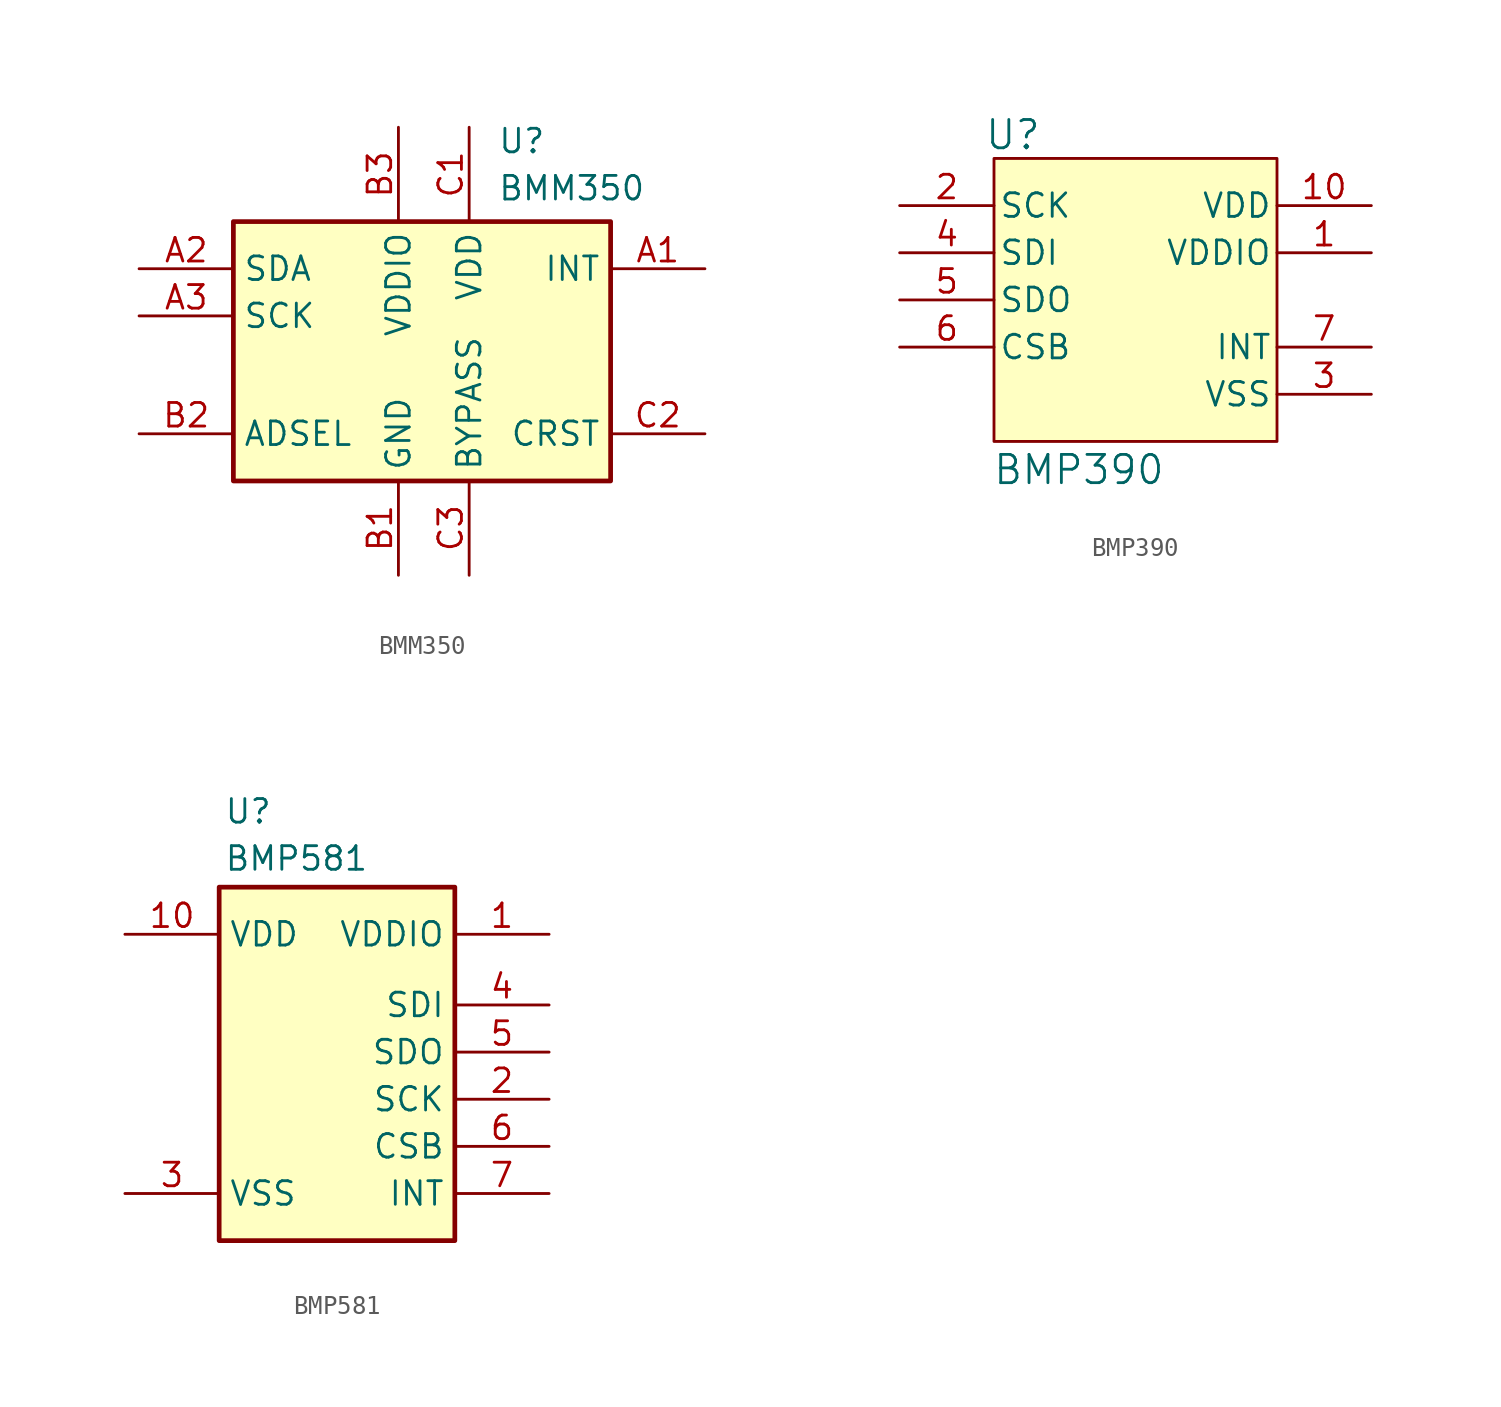
<source format=kicad_sym>
(kicad_symbol_lib
  (version 20231120)
  (generator "kicad_symbol_editor")
  (generator_version "8.0")
  (symbol "BMM350"
    (property "Reference" "U"
      (at 19.304 7.62 0)
      (effects (font (size 1.27 1.27)) (justify left top)))
    (property "Value" "BMM350"
      (at 19.304 5.08 0)
      (effects (font (size 1.27 1.27)) (justify left top)))
    (symbol "BMM350_1_1"
      (rectangle (start 5.08 2.54) (end 25.4 -11.43) (stroke (width 0.254) (type default)) (fill (type background)))
      (pin passive line (at 30.48 0 180) (length 5.08) (name "INT" (effects (font (size 1.27 1.27)))) (number "A1" (effects (font (size 1.27 1.27)))))
      (pin passive line (at 0 0 0) (length 5.08) (name "SDA" (effects (font (size 1.27 1.27)))) (number "A2" (effects (font (size 1.27 1.27)))))
      (pin passive line (at 0 -2.54 0) (length 5.08) (name "SCK" (effects (font (size 1.27 1.27)))) (number "A3" (effects (font (size 1.27 1.27)))))
      (pin passive line (at 13.97 -16.51 90) (length 5.08) (name "GND" (effects (font (size 1.27 1.27)))) (number "B1" (effects (font (size 1.27 1.27)))))
      (pin passive line (at 0 -8.89 0) (length 5.08) (name "ADSEL" (effects (font (size 1.27 1.27)))) (number "B2" (effects (font (size 1.27 1.27)))))
      (pin passive line (at 13.97 7.62 270) (length 5.08) (name "VDDIO" (effects (font (size 1.27 1.27)))) (number "B3" (effects (font (size 1.27 1.27)))))
      (pin passive line (at 17.78 7.62 270) (length 5.08) (name "VDD" (effects (font (size 1.27 1.27)))) (number "C1" (effects (font (size 1.27 1.27)))))
      (pin passive line (at 30.48 -8.89 180) (length 5.08) (name "CRST" (effects (font (size 1.27 1.27)))) (number "C2" (effects (font (size 1.27 1.27)))))
      (pin passive line (at 17.78 -16.51 90) (length 5.08) (name "BYPASS" (effects (font (size 1.27 1.27)))) (number "C3" (effects (font (size 1.27 1.27)))))))
  (symbol "BMP390"
    (pin_names
      (offset 0.254))
    (property "Reference" "U"
      (at -6.604 8.89 0)
      (effects (font (size 1.524 1.524))))
    (property "Value" "BMP390"
      (at -3.048 -9.144 0)
      (effects (font (size 1.524 1.524))))
    (symbol "BMP390_0_1"
      (pin power_in line (at 12.7 2.54 180) (length 5.08) (name "VDDIO" (effects (font (size 1.27 1.27)))) (number "1" (effects (font (size 1.27 1.27)))))
      (pin power_in line (at 12.7 5.08 180) (length 5.08) (name "VDD" (effects (font (size 1.27 1.27)))) (number "10" (effects (font (size 1.27 1.27)))))
      (pin input line (at -12.7 5.08 0) (length 5.08) (name "SCK" (effects (font (size 1.27 1.27)))) (number "2" (effects (font (size 1.27 1.27)))))
      (pin power_out line (at 12.7 -5.08 180) (length 5.08) (name "VSS" (effects (font (size 1.27 1.27)))) (number "3" (effects (font (size 1.27 1.27)))))
      (pin bidirectional line (at -12.7 2.54 0) (length 5.08) (name "SDI" (effects (font (size 1.27 1.27)))) (number "4" (effects (font (size 1.27 1.27)))))
      (pin bidirectional line (at -12.7 0 0) (length 5.08) (name "SDO" (effects (font (size 1.27 1.27)))) (number "5" (effects (font (size 1.27 1.27)))))
      (pin input line (at -12.7 -2.54 0) (length 5.08) (name "CSB" (effects (font (size 1.27 1.27)))) (number "6" (effects (font (size 1.27 1.27)))))
      (pin output line (at 12.7 -2.54 180) (length 5.08) (name "INT" (effects (font (size 1.27 1.27)))) (number "7" (effects (font (size 1.27 1.27)))))
      (pin power_out line (at 12.7 -5.08 180) (length 5.08) hide (name "VSS" (effects (font (size 1.27 1.27)))) (number "8" (effects (font (size 1.27 1.27)))))
      (pin power_out line (at 12.7 -5.08 180) (length 5.08) hide (name "VSS" (effects (font (size 1.27 1.27)))) (number "9" (effects (font (size 1.27 1.27))))))
    (symbol "BMP390_1_1"
      (rectangle (start -7.62 7.62) (end 7.62 -7.62) (stroke (width 0) (type default)) (fill (type background)))))
  (symbol "BMP581"
    (property "Reference" "U"
      (at 5.334 7.366 0)
      (effects (font (size 1.27 1.27)) (justify left top)))
    (property "Value" "BMP581"
      (at 5.334 4.826 0)
      (effects (font (size 1.27 1.27)) (justify left top)))
    (symbol "BMP581_1_1"
      (rectangle (start 5.08 2.54) (end 17.78 -16.51) (stroke (width 0.254) (type default)) (fill (type background)))
      (pin passive line (at 22.86 0 180) (length 5.08) (name "VDDIO" (effects (font (size 1.27 1.27)))) (number "1" (effects (font (size 1.27 1.27)))))
      (pin passive line (at 0 0 0) (length 5.08) (name "VDD" (effects (font (size 1.27 1.27)))) (number "10" (effects (font (size 1.27 1.27)))))
      (pin passive line (at 22.86 -8.89 180) (length 5.08) (name "SCK" (effects (font (size 1.27 1.27)))) (number "2" (effects (font (size 1.27 1.27)))))
      (pin passive line (at 0 -13.97 0) (length 5.08) (name "VSS" (effects (font (size 1.27 1.27)))) (number "3" (effects (font (size 1.27 1.27)))))
      (pin passive line (at 22.86 -3.81 180) (length 5.08) (name "SDI" (effects (font (size 1.27 1.27)))) (number "4" (effects (font (size 1.27 1.27)))))
      (pin passive line (at 22.86 -6.35 180) (length 5.08) (name "SDO" (effects (font (size 1.27 1.27)))) (number "5" (effects (font (size 1.27 1.27)))))
      (pin passive line (at 22.86 -11.43 180) (length 5.08) (name "CSB" (effects (font (size 1.27 1.27)))) (number "6" (effects (font (size 1.27 1.27)))))
      (pin passive line (at 22.86 -13.97 180) (length 5.08) (name "INT" (effects (font (size 1.27 1.27)))) (number "7" (effects (font (size 1.27 1.27)))))
      (pin passive line (at 0 -13.97 0) (length 5.08) hide (name "VSS" (effects (font (size 1.27 1.27)))) (number "8" (effects (font (size 1.27 1.27)))))
      (pin passive line (at 0 -13.97 0) (length 5.08) hide (name "VSS" (effects (font (size 1.27 1.27)))) (number "9" (effects (font (size 1.27 1.27))))))))
</source>
